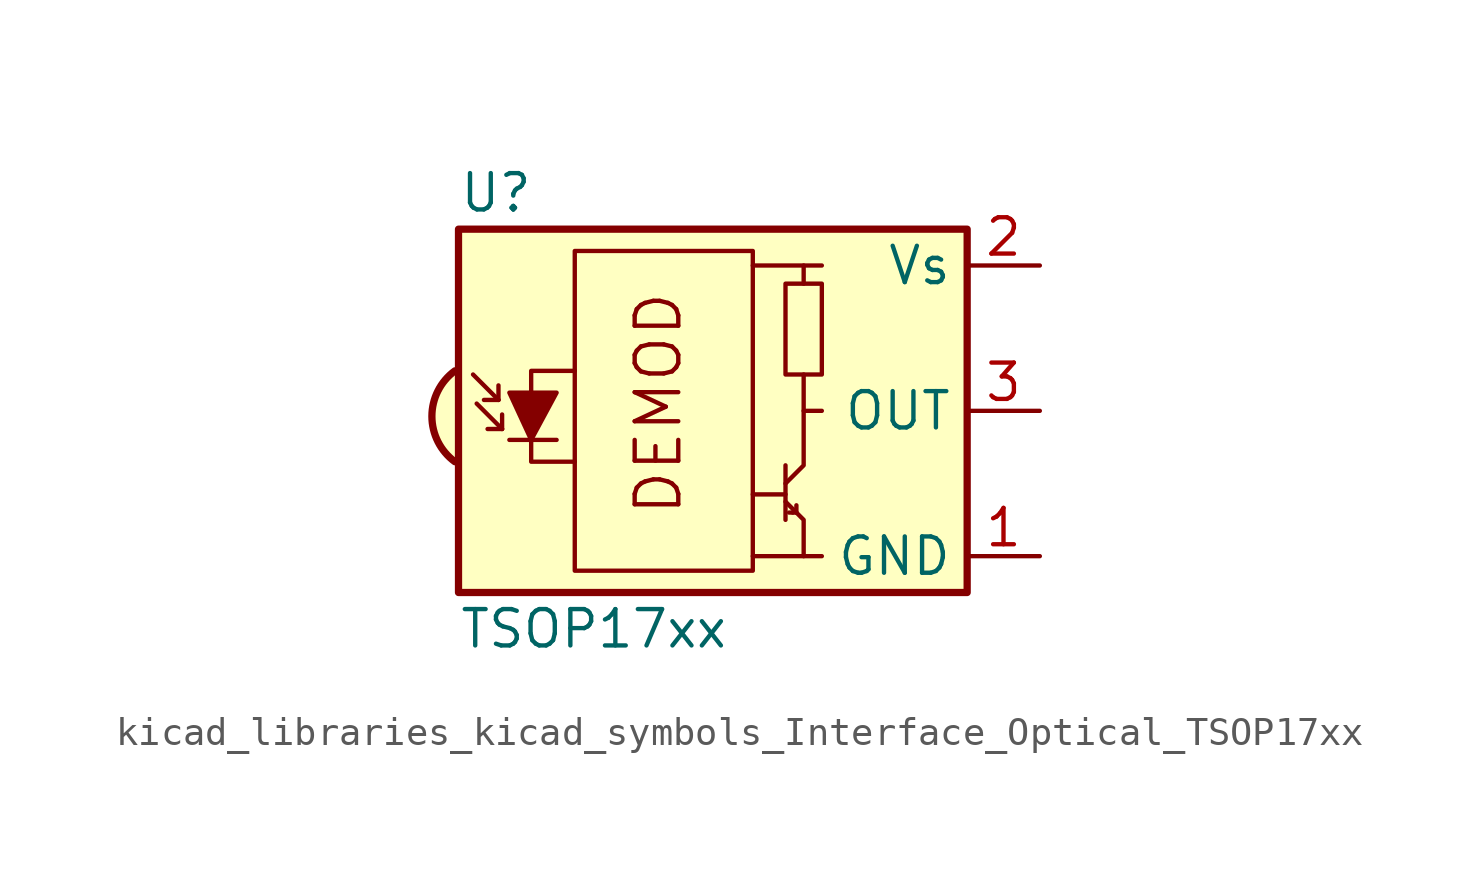
<source format=kicad_sym>
(kicad_symbol_lib
  (version 20220914)
  (generator kicad_symbol_editor)
  (symbol "kicad_libraries_kicad_symbols_Interface_Optical_TSOP17xx"
    (property "Reference" "U"
      (at -10.16 7.62 0)
      (effects (font (size 1.27 1.27)) (justify left)))
    (property "Value" "TSOP17xx"
      (at -10.16 -7.62 0)
      (effects (font (size 1.27 1.27)) (justify left)))
    (symbol "kicad_libraries_kicad_symbols_Interface_Optical_TSOP17xx_0_0"
      (arc (start -10.287 1.397) (mid -11.0899 -0.1852) (end -10.287 -1.778) (stroke (width 0.254) (type default)) (fill (type background)))
      (polyline (pts (xy 1.905 -5.08) (xy 0.127 -5.08)) (stroke (width 0) (type default)) (fill (type none)))
      (polyline (pts (xy 1.905 5.08) (xy 0.127 5.08)) (stroke (width 0) (type default)) (fill (type none)))
      (text "DEMOD" (at -3.175 0.254 900) (effects (font (size 1.524 1.524)))))
    (symbol "kicad_libraries_kicad_symbols_Interface_Optical_TSOP17xx_0_1"
      (rectangle (start -6.096 5.588) (end 0.127 -5.588) (stroke (width 0) (type default)) (fill (type none)))
      (polyline (pts (xy -8.763 0.381) (xy -9.652 1.27)) (stroke (width 0) (type default)) (fill (type none)))
      (polyline (pts (xy -8.763 0.381) (xy -9.271 0.381)) (stroke (width 0) (type default)) (fill (type none)))
      (polyline (pts (xy -8.763 0.381) (xy -8.763 0.889)) (stroke (width 0) (type default)) (fill (type none)))
      (polyline (pts (xy -8.636 -0.635) (xy -9.525 0.254)) (stroke (width 0) (type default)) (fill (type none)))
      (polyline (pts (xy -8.636 -0.635) (xy -9.144 -0.635)) (stroke (width 0) (type default)) (fill (type none)))
      (polyline (pts (xy -8.636 -0.635) (xy -8.636 -0.127)) (stroke (width 0) (type default)) (fill (type none)))
      (polyline (pts (xy -8.382 -1.016) (xy -6.731 -1.016)) (stroke (width 0) (type default)) (fill (type none)))
      (polyline (pts (xy 1.27 -2.921) (xy 0.127 -2.921)) (stroke (width 0) (type default)) (fill (type none)))
      (polyline (pts (xy 1.27 -1.905) (xy 1.27 -3.81)) (stroke (width 0) (type default)) (fill (type none)))
      (polyline (pts (xy 1.397 -3.556) (xy 1.524 -3.556)) (stroke (width 0) (type default)) (fill (type none)))
      (polyline (pts (xy 1.651 -3.556) (xy 1.524 -3.556)) (stroke (width 0) (type default)) (fill (type none)))
      (polyline (pts (xy 1.651 -3.556) (xy 1.651 -3.302)) (stroke (width 0) (type default)) (fill (type none)))
      (polyline (pts (xy 1.905 0) (xy 1.905 1.27)) (stroke (width 0) (type default)) (fill (type none)))
      (polyline (pts (xy 1.905 4.445) (xy 1.905 5.08) (xy 2.54 5.08)) (stroke (width 0) (type default)) (fill (type none)))
      (polyline (pts (xy -8.382 0.635) (xy -6.731 0.635) (xy -7.62 -1.016) (xy -8.382 0.635)) (stroke (width 0) (type default)) (fill (type outline)))
      (polyline (pts (xy -6.096 1.397) (xy -7.62 1.397) (xy -7.62 -1.778) (xy -6.096 -1.778)) (stroke (width 0) (type default)) (fill (type none)))
      (polyline (pts (xy 1.27 -3.175) (xy 1.905 -3.81) (xy 1.905 -5.08) (xy 2.54 -5.08)) (stroke (width 0) (type default)) (fill (type none)))
      (polyline (pts (xy 1.27 -2.54) (xy 1.905 -1.905) (xy 1.905 0) (xy 2.54 0)) (stroke (width 0) (type default)) (fill (type none)))
      (rectangle (start 2.54 1.27) (end 1.27 4.445) (stroke (width 0) (type default)) (fill (type none)))
      (rectangle (start 7.62 6.35) (end -10.16 -6.35) (stroke (width 0.254) (type default)) (fill (type background))))
    (symbol "kicad_libraries_kicad_symbols_Interface_Optical_TSOP17xx_1_1"
      (pin power_in line (at 10.16 -5.08 180) (length 2.54) (name "GND" (effects (font (size 1.27 1.27)))) (number "1" (effects (font (size 1.27 1.27)))))
      (pin power_in line (at 10.16 5.08 180) (length 2.54) (name "Vs" (effects (font (size 1.27 1.27)))) (number "2" (effects (font (size 1.27 1.27)))))
      (pin output line (at 10.16 0 180) (length 2.54) (name "OUT" (effects (font (size 1.27 1.27)))) (number "3" (effects (font (size 1.27 1.27))))))))
</source>
